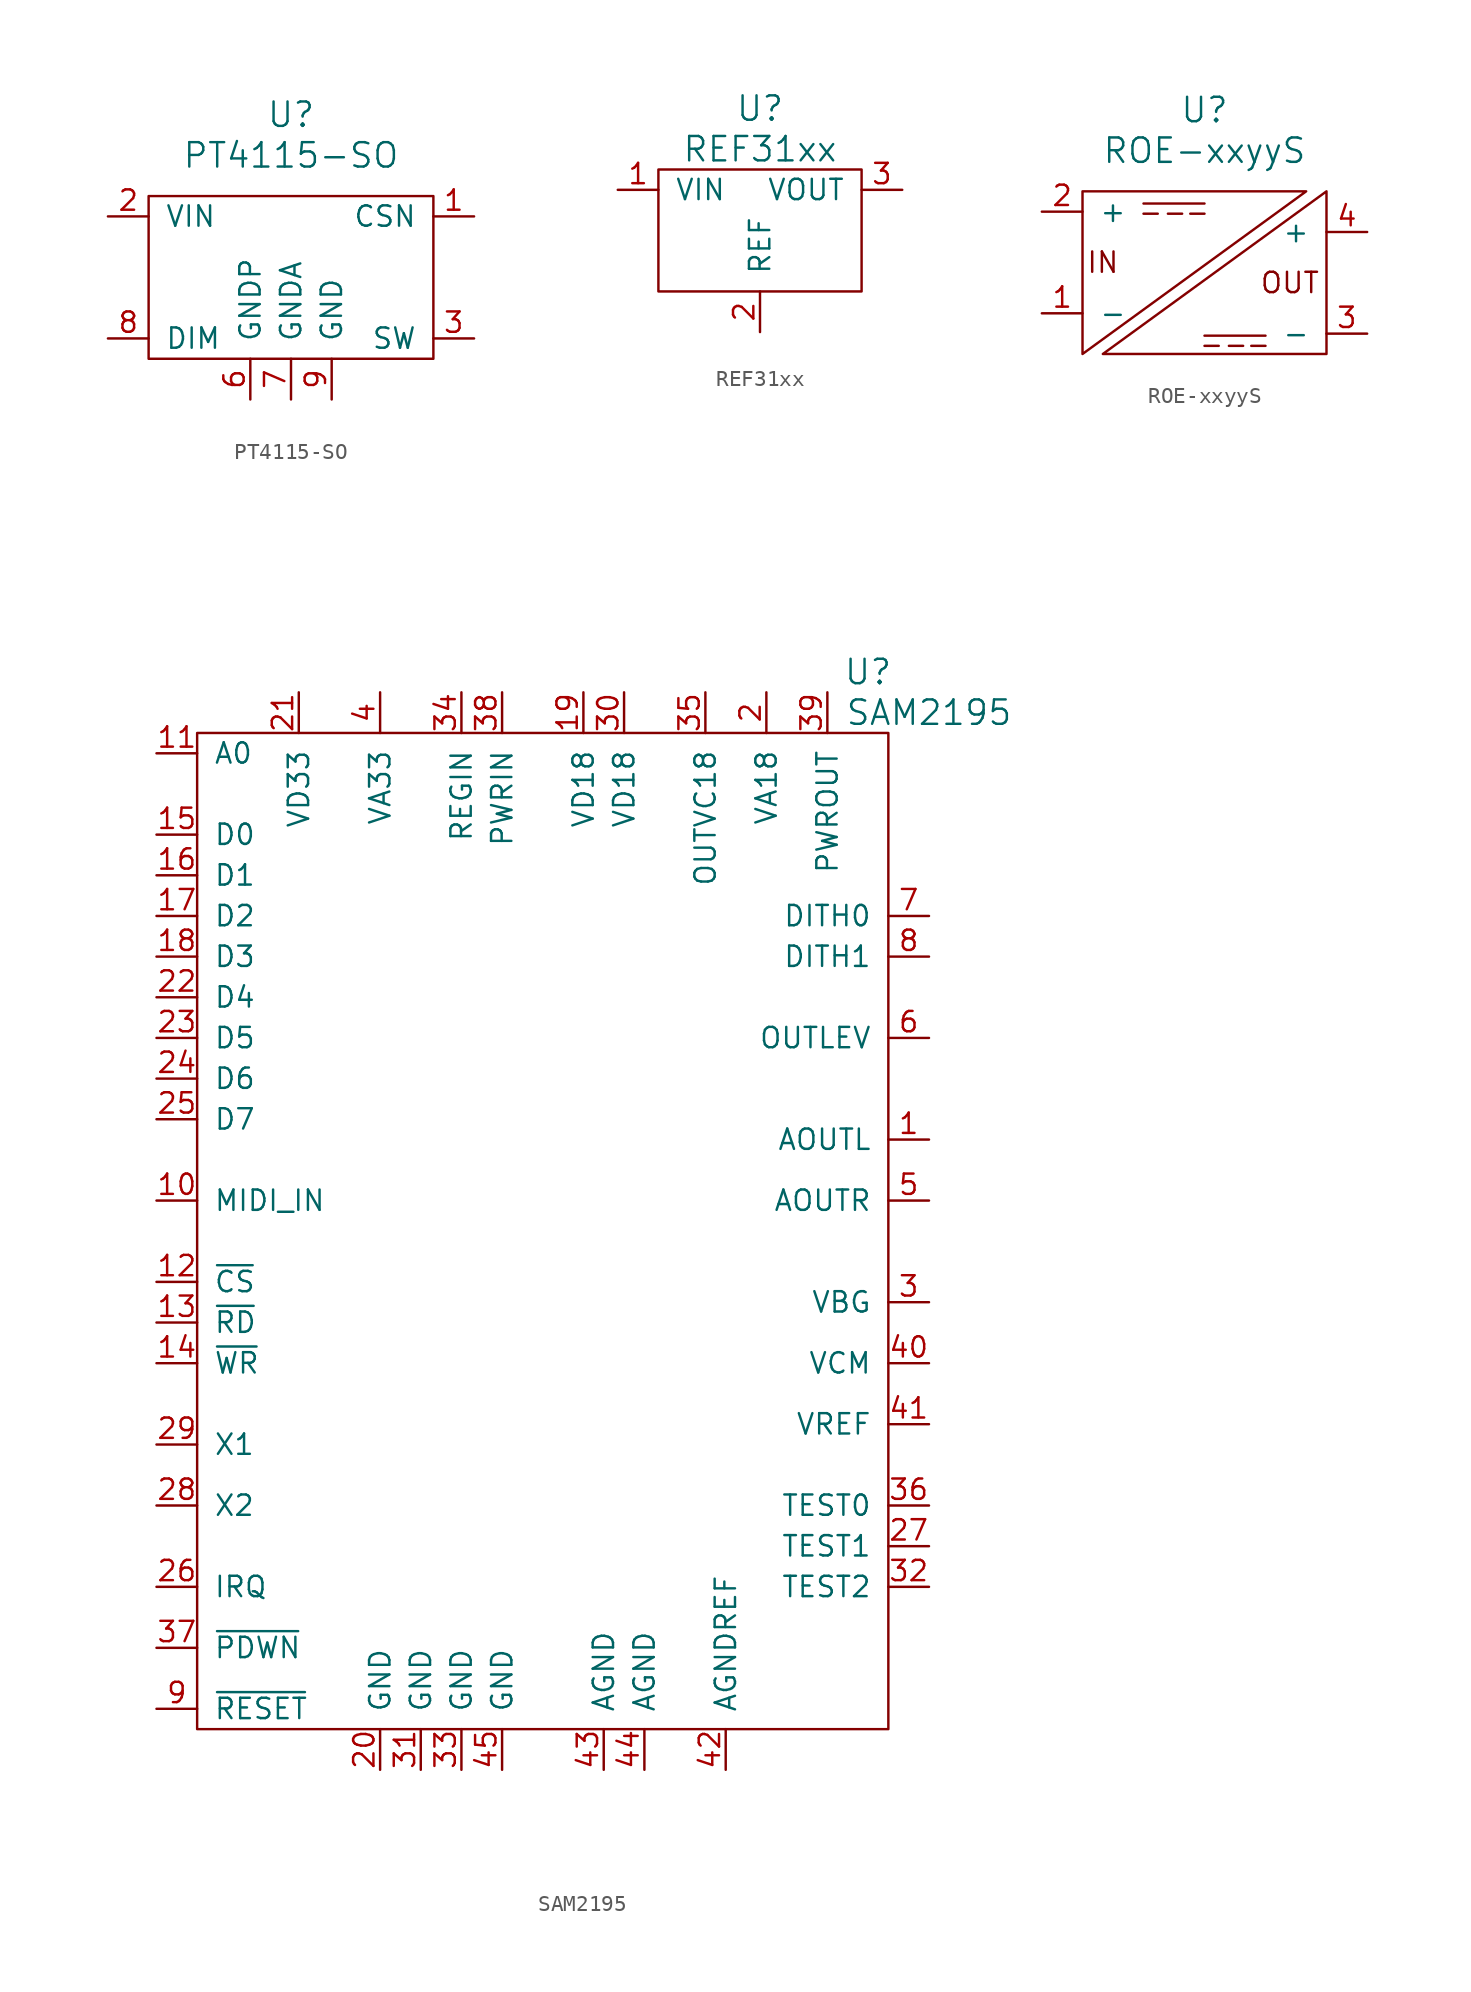
<source format=kicad_sym>
(kicad_symbol_lib
  (version 20220914)
  (generator kicad_symbol_editor)
  (symbol "PT4115-SO"
    (pin_names
      (offset 1.016))
    (property "Reference" "U"
      (at 0 10.16 0)
      (effects (font (size 1.524 1.524))))
    (property "Value" "PT4115-SO"
      (at 0 7.62 0)
      (effects (font (size 1.524 1.524))))
    (property "Footprint" ""
      (at 0 0 0)
      (effects (font (size 1.524 1.524))))
    (property "Datasheet" ""
      (at 0 0 0)
      (effects (font (size 1.524 1.524))))
    (symbol "PT4115-SO_0_1"
      (rectangle (start -8.89 5.08) (end 8.89 -5.08) (stroke (width 0) (type solid)) (fill (type none))))
    (symbol "PT4115-SO_1_1"
      (pin passive line (at 11.43 3.81 180) (length 2.54) (name "CSN" (effects (font (size 1.27 1.27)))) (number "1" (effects (font (size 1.27 1.27)))))
      (pin passive line (at -11.43 3.81 0) (length 2.54) (name "VIN" (effects (font (size 1.27 1.27)))) (number "2" (effects (font (size 1.27 1.27)))))
      (pin passive line (at 11.43 -3.81 180) (length 2.54) (name "SW" (effects (font (size 1.27 1.27)))) (number "3" (effects (font (size 1.27 1.27)))))
      (pin passive line (at -2.54 -7.62 90) (length 2.54) (name "GNDP" (effects (font (size 1.27 1.27)))) (number "6" (effects (font (size 1.27 1.27)))))
      (pin passive line (at 0 -7.62 90) (length 2.54) (name "GNDA" (effects (font (size 1.27 1.27)))) (number "7" (effects (font (size 1.27 1.27)))))
      (pin passive line (at -11.43 -3.81 0) (length 2.54) (name "DIM" (effects (font (size 1.27 1.27)))) (number "8" (effects (font (size 1.27 1.27)))))
      (pin passive line (at 2.54 -7.62 90) (length 2.54) (name "GND" (effects (font (size 1.27 1.27)))) (number "9" (effects (font (size 1.27 1.27)))))))
  (symbol "REF31xx"
    (pin_names
      (offset 1.016))
    (property "Reference" "U"
      (at 0 5.08 0)
      (effects (font (size 1.524 1.524))))
    (property "Value" "REF31xx"
      (at 0 2.54 0)
      (effects (font (size 1.524 1.524))))
    (property "Footprint" ""
      (at 0 0 0)
      (effects (font (size 1.524 1.524))))
    (property "Datasheet" ""
      (at 0 0 0)
      (effects (font (size 1.524 1.524))))
    (symbol "REF31xx_0_1"
      (rectangle (start -6.35 1.27) (end 6.35 -6.35) (stroke (width 0) (type solid)) (fill (type none))))
    (symbol "REF31xx_1_1"
      (pin input line (at -8.89 0 0) (length 2.54) (name "VIN" (effects (font (size 1.27 1.27)))) (number "1" (effects (font (size 1.27 1.27)))))
      (pin input line (at 0 -8.89 90) (length 2.54) (name "REF" (effects (font (size 1.27 1.27)))) (number "2" (effects (font (size 1.27 1.27)))))
      (pin input line (at 8.89 0 180) (length 2.54) (name "VOUT" (effects (font (size 1.27 1.27)))) (number "3" (effects (font (size 1.27 1.27)))))))
  (symbol "ROE-xxyyS"
    (pin_names
      (offset 1.016))
    (property "Reference" "U"
      (at 0 10.16 0)
      (effects (font (size 1.524 1.524))))
    (property "Value" "ROE-xxyyS"
      (at 0 7.62 0)
      (effects (font (size 1.524 1.524))))
    (property "Footprint" ""
      (at 0 0 0)
      (effects (font (size 1.524 1.524))))
    (symbol "ROE-xxyyS_0_0"
      (text "IN" (at -6.35 0.635 0) (effects (font (size 1.27 1.27))))
      (text "OUT" (at 5.334 -0.635 0) (effects (font (size 1.27 1.27)))))
    (symbol "ROE-xxyyS_0_1"
      (polyline (pts (xy -3.81 3.683) (xy -2.921 3.683)) (stroke (width 0) (type solid)) (fill (type none)))
      (polyline (pts (xy -3.81 4.318) (xy 0 4.318)) (stroke (width 0) (type solid)) (fill (type none)))
      (polyline (pts (xy -2.286 3.683) (xy -1.397 3.683)) (stroke (width 0) (type solid)) (fill (type none)))
      (polyline (pts (xy -0.889 3.683) (xy 0 3.683)) (stroke (width 0) (type solid)) (fill (type none)))
      (polyline (pts (xy 0 -4.572) (xy 0.889 -4.572)) (stroke (width 0) (type solid)) (fill (type none)))
      (polyline (pts (xy 0 -3.937) (xy 3.81 -3.937)) (stroke (width 0) (type solid)) (fill (type none)))
      (polyline (pts (xy 1.524 -4.572) (xy 2.413 -4.572)) (stroke (width 0) (type solid)) (fill (type none)))
      (polyline (pts (xy 2.921 -4.572) (xy 3.81 -4.572)) (stroke (width 0) (type solid)) (fill (type none)))
      (polyline (pts (xy -7.62 5.08) (xy 6.35 5.08) (xy -7.62 -5.08) (xy -7.62 5.08)) (stroke (width 0) (type solid)) (fill (type none)))
      (polyline (pts (xy -6.35 -5.08) (xy 7.62 -5.08) (xy 7.62 5.08) (xy -6.35 -5.08)) (stroke (width 0) (type solid)) (fill (type none))))
    (symbol "ROE-xxyyS_1_1"
      (pin passive line (at -10.16 -2.54 0) (length 2.54) (name "-" (effects (font (size 1.27 1.27)))) (number "1" (effects (font (size 1.27 1.27)))))
      (pin passive line (at -10.16 3.81 0) (length 2.54) (name "+" (effects (font (size 1.27 1.27)))) (number "2" (effects (font (size 1.27 1.27)))))
      (pin passive line (at 10.16 -3.81 180) (length 2.54) (name "-" (effects (font (size 1.27 1.27)))) (number "3" (effects (font (size 1.27 1.27)))))
      (pin passive line (at 10.16 2.54 180) (length 2.54) (name "+" (effects (font (size 1.27 1.27)))) (number "4" (effects (font (size 1.27 1.27)))))))
  (symbol "SAM2195"
    (pin_names
      (offset 1.016))
    (property "Reference" "U"
      (at 21.59 33.02 0)
      (effects (font (size 1.524 1.524))))
    (property "Value" "SAM2195"
      (at 25.4 30.48 0)
      (effects (font (size 1.524 1.524))))
    (property "Footprint" ""
      (at 1.27 0 0)
      (effects (font (size 1.524 1.524))))
    (property "Datasheet" ""
      (at 0 0 0)
      (effects (font (size 1.524 1.524))))
    (symbol "SAM2195_0_1"
      (rectangle (start -20.32 29.21) (end 22.86 -33.02) (stroke (width 0) (type solid)) (fill (type none))))
    (symbol "SAM2195_1_1"
      (pin input line (at 25.4 3.81 180) (length 2.54) (name "AOUTL" (effects (font (size 1.27 1.27)))) (number "1" (effects (font (size 1.27 1.27)))))
      (pin input line (at -22.86 0 0) (length 2.54) (name "MIDI_IN" (effects (font (size 1.27 1.27)))) (number "10" (effects (font (size 1.27 1.27)))))
      (pin input line (at -22.86 27.94 0) (length 2.54) (name "A0" (effects (font (size 1.27 1.27)))) (number "11" (effects (font (size 1.27 1.27)))))
      (pin input line (at -22.86 -5.08 0) (length 2.54) (name "~{CS}" (effects (font (size 1.27 1.27)))) (number "12" (effects (font (size 1.27 1.27)))))
      (pin input line (at -22.86 -7.62 0) (length 2.54) (name "~{RD}" (effects (font (size 1.27 1.27)))) (number "13" (effects (font (size 1.27 1.27)))))
      (pin input line (at -22.86 -10.16 0) (length 2.54) (name "~{WR}" (effects (font (size 1.27 1.27)))) (number "14" (effects (font (size 1.27 1.27)))))
      (pin input line (at -22.86 22.86 0) (length 2.54) (name "D0" (effects (font (size 1.27 1.27)))) (number "15" (effects (font (size 1.27 1.27)))))
      (pin input line (at -22.86 20.32 0) (length 2.54) (name "D1" (effects (font (size 1.27 1.27)))) (number "16" (effects (font (size 1.27 1.27)))))
      (pin input line (at -22.86 17.78 0) (length 2.54) (name "D2" (effects (font (size 1.27 1.27)))) (number "17" (effects (font (size 1.27 1.27)))))
      (pin input line (at -22.86 15.24 0) (length 2.54) (name "D3" (effects (font (size 1.27 1.27)))) (number "18" (effects (font (size 1.27 1.27)))))
      (pin input line (at 3.81 31.75 270) (length 2.54) (name "VD18" (effects (font (size 1.27 1.27)))) (number "19" (effects (font (size 1.27 1.27)))))
      (pin input line (at 15.24 31.75 270) (length 2.54) (name "VA18" (effects (font (size 1.27 1.27)))) (number "2" (effects (font (size 1.27 1.27)))))
      (pin input line (at -8.89 -35.56 90) (length 2.54) (name "GND" (effects (font (size 1.27 1.27)))) (number "20" (effects (font (size 1.27 1.27)))))
      (pin input line (at -13.97 31.75 270) (length 2.54) (name "VD33" (effects (font (size 1.27 1.27)))) (number "21" (effects (font (size 1.27 1.27)))))
      (pin input line (at -22.86 12.7 0) (length 2.54) (name "D4" (effects (font (size 1.27 1.27)))) (number "22" (effects (font (size 1.27 1.27)))))
      (pin input line (at -22.86 10.16 0) (length 2.54) (name "D5" (effects (font (size 1.27 1.27)))) (number "23" (effects (font (size 1.27 1.27)))))
      (pin input line (at -22.86 7.62 0) (length 2.54) (name "D6" (effects (font (size 1.27 1.27)))) (number "24" (effects (font (size 1.27 1.27)))))
      (pin input line (at -22.86 5.08 0) (length 2.54) (name "D7" (effects (font (size 1.27 1.27)))) (number "25" (effects (font (size 1.27 1.27)))))
      (pin input line (at -22.86 -24.13 0) (length 2.54) (name "IRQ" (effects (font (size 1.27 1.27)))) (number "26" (effects (font (size 1.27 1.27)))))
      (pin input line (at 25.4 -21.59 180) (length 2.54) (name "TEST1" (effects (font (size 1.27 1.27)))) (number "27" (effects (font (size 1.27 1.27)))))
      (pin input line (at -22.86 -19.05 0) (length 2.54) (name "X2" (effects (font (size 1.27 1.27)))) (number "28" (effects (font (size 1.27 1.27)))))
      (pin input line (at -22.86 -15.24 0) (length 2.54) (name "X1" (effects (font (size 1.27 1.27)))) (number "29" (effects (font (size 1.27 1.27)))))
      (pin input line (at 25.4 -6.35 180) (length 2.54) (name "VBG" (effects (font (size 1.27 1.27)))) (number "3" (effects (font (size 1.27 1.27)))))
      (pin input line (at 6.35 31.75 270) (length 2.54) (name "VD18" (effects (font (size 1.27 1.27)))) (number "30" (effects (font (size 1.27 1.27)))))
      (pin input line (at -6.35 -35.56 90) (length 2.54) (name "GND" (effects (font (size 1.27 1.27)))) (number "31" (effects (font (size 1.27 1.27)))))
      (pin input line (at 25.4 -24.13 180) (length 2.54) (name "TEST2" (effects (font (size 1.27 1.27)))) (number "32" (effects (font (size 1.27 1.27)))))
      (pin input line (at -3.81 -35.56 90) (length 2.54) (name "GND" (effects (font (size 1.27 1.27)))) (number "33" (effects (font (size 1.27 1.27)))))
      (pin input line (at -3.81 31.75 270) (length 2.54) (name "REGIN" (effects (font (size 1.27 1.27)))) (number "34" (effects (font (size 1.27 1.27)))))
      (pin input line (at 11.43 31.75 270) (length 2.54) (name "OUTVC18" (effects (font (size 1.27 1.27)))) (number "35" (effects (font (size 1.27 1.27)))))
      (pin input line (at 25.4 -19.05 180) (length 2.54) (name "TEST0" (effects (font (size 1.27 1.27)))) (number "36" (effects (font (size 1.27 1.27)))))
      (pin input line (at -22.86 -27.94 0) (length 2.54) (name "~{PDWN}" (effects (font (size 1.27 1.27)))) (number "37" (effects (font (size 1.27 1.27)))))
      (pin input line (at -1.27 31.75 270) (length 2.54) (name "PWRIN" (effects (font (size 1.27 1.27)))) (number "38" (effects (font (size 1.27 1.27)))))
      (pin input line (at 19.05 31.75 270) (length 2.54) (name "PWROUT" (effects (font (size 1.27 1.27)))) (number "39" (effects (font (size 1.27 1.27)))))
      (pin input line (at -8.89 31.75 270) (length 2.54) (name "VA33" (effects (font (size 1.27 1.27)))) (number "4" (effects (font (size 1.27 1.27)))))
      (pin input line (at 25.4 -10.16 180) (length 2.54) (name "VCM" (effects (font (size 1.27 1.27)))) (number "40" (effects (font (size 1.27 1.27)))))
      (pin input line (at 25.4 -13.97 180) (length 2.54) (name "VREF" (effects (font (size 1.27 1.27)))) (number "41" (effects (font (size 1.27 1.27)))))
      (pin input line (at 12.7 -35.56 90) (length 2.54) (name "AGNDREF" (effects (font (size 1.27 1.27)))) (number "42" (effects (font (size 1.27 1.27)))))
      (pin input line (at 5.08 -35.56 90) (length 2.54) (name "AGND" (effects (font (size 1.27 1.27)))) (number "43" (effects (font (size 1.27 1.27)))))
      (pin input line (at 7.62 -35.56 90) (length 2.54) (name "AGND" (effects (font (size 1.27 1.27)))) (number "44" (effects (font (size 1.27 1.27)))))
      (pin input line (at -1.27 -35.56 90) (length 2.54) (name "GND" (effects (font (size 1.27 1.27)))) (number "45" (effects (font (size 1.27 1.27)))))
      (pin input line (at 25.4 0 180) (length 2.54) (name "AOUTR" (effects (font (size 1.27 1.27)))) (number "5" (effects (font (size 1.27 1.27)))))
      (pin input line (at 25.4 10.16 180) (length 2.54) (name "OUTLEV" (effects (font (size 1.27 1.27)))) (number "6" (effects (font (size 1.27 1.27)))))
      (pin input line (at 25.4 17.78 180) (length 2.54) (name "DITH0" (effects (font (size 1.27 1.27)))) (number "7" (effects (font (size 1.27 1.27)))))
      (pin input line (at 25.4 15.24 180) (length 2.54) (name "DITH1" (effects (font (size 1.27 1.27)))) (number "8" (effects (font (size 1.27 1.27)))))
      (pin input line (at -22.86 -31.75 0) (length 2.54) (name "~{RESET}" (effects (font (size 1.27 1.27)))) (number "9" (effects (font (size 1.27 1.27))))))))
</source>
